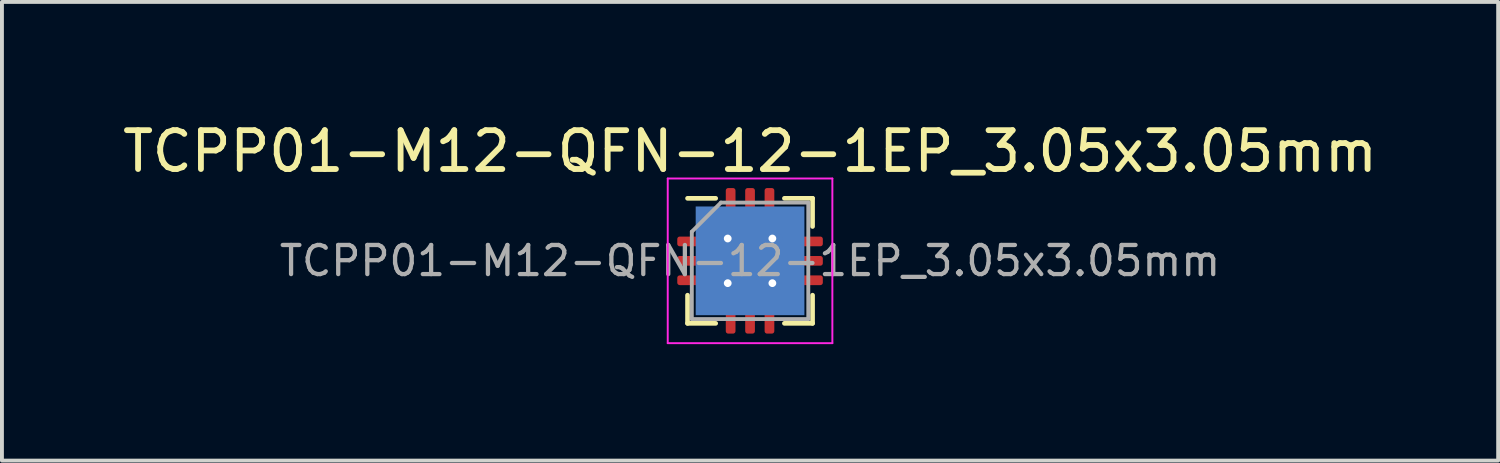
<source format=kicad_pcb>
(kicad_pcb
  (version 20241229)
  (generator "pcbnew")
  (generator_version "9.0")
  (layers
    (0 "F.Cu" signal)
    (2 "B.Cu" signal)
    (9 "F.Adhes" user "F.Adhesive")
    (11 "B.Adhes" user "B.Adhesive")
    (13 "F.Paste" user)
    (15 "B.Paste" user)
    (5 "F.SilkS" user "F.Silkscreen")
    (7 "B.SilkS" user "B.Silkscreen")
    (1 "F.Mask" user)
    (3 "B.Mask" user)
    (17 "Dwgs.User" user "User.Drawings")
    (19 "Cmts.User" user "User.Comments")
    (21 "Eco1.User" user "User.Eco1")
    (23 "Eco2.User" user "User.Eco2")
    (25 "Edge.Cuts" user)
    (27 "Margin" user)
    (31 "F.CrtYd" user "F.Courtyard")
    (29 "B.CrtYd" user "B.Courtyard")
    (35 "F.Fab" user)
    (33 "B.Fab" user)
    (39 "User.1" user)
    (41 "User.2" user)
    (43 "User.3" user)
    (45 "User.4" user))
  (footprint "TCPP01-M12-QFN-12-1EP_3.05x3.05mm"
    (layer "F.Cu")
    (at 16.268 3.668)
    (property "Reference" "TCPP01-M12-QFN-12-1EP_3.05x3.05mm" (at 0 -2.82 0) (layer "F.SilkS") (effects (font (size 1 1) (thickness 0.15))))
    (attr smd)
    (fp_line (start -1.61 1.61) (end -1.61 0.885) (stroke (width 0.12) (type solid)) (layer "F.SilkS"))
    (fp_line (start -0.885 -1.61) (end -1.61 -1.61) (stroke (width 0.12) (type solid)) (layer "F.SilkS"))
    (fp_line (start -0.885 1.61) (end -1.61 1.61) (stroke (width 0.12) (type solid)) (layer "F.SilkS"))
    (fp_line (start 0.885 -1.61) (end 1.61 -1.61) (stroke (width 0.12) (type solid)) (layer "F.SilkS"))
    (fp_line (start 0.885 1.61) (end 1.61 1.61) (stroke (width 0.12) (type solid)) (layer "F.SilkS"))
    (fp_line (start 1.61 -1.61) (end 1.61 -0.885) (stroke (width 0.12) (type solid)) (layer "F.SilkS"))
    (fp_line (start 1.61 1.61) (end 1.61 0.885) (stroke (width 0.12) (type solid)) (layer "F.SilkS"))
    (fp_line (start -2.12 -2.12) (end -2.12 2.12) (stroke (width 0.05) (type solid)) (layer "F.CrtYd"))
    (fp_line (start -2.12 2.12) (end 2.12 2.12) (stroke (width 0.05) (type solid)) (layer "F.CrtYd"))
    (fp_line (start 2.12 -2.12) (end -2.12 -2.12) (stroke (width 0.05) (type solid)) (layer "F.CrtYd"))
    (fp_line (start 2.12 2.12) (end 2.12 -2.12) (stroke (width 0.05) (type solid)) (layer "F.CrtYd"))
    (fp_line (start -1.5 -0.75) (end -0.75 -1.5) (stroke (width 0.1) (type solid)) (layer "F.Fab"))
    (fp_line (start -1.5 1.5) (end -1.5 -0.75) (stroke (width 0.1) (type solid)) (layer "F.Fab"))
    (fp_line (start -0.75 -1.5) (end 1.5 -1.5) (stroke (width 0.1) (type solid)) (layer "F.Fab"))
    (fp_line (start 1.5 -1.5) (end 1.5 1.5) (stroke (width 0.1) (type solid)) (layer "F.Fab"))
    (fp_line (start 1.5 1.5) (end -1.5 1.5) (stroke (width 0.1) (type solid)) (layer "F.Fab"))
    (fp_text user "${REFERENCE}" (at 0 0 0) (layer "F.Fab") (effects (font (size 0.75 0.75) (thickness 0.11))))
    (pad "" smd roundrect (at -0.41 -0.41) (size 0.71 0.71) (layers "F.Paste") (roundrect_rratio 0.25))
    (pad "" smd roundrect (at -0.41 0.41) (size 0.71 0.71) (layers "F.Paste") (roundrect_rratio 0.25))
    (pad "" smd roundrect (at 0.41 -0.41) (size 0.71 0.71) (layers "F.Paste") (roundrect_rratio 0.25))
    (pad "" smd roundrect (at 0.41 0.41) (size 0.71 0.71) (layers "F.Paste") (roundrect_rratio 0.25))
    (pad "1" smd roundrect (at -1.462 -0.5) (size 0.825 0.25) (layers "F.Cu" "F.Mask" "F.Paste") (roundrect_rratio 0.25))
    (pad "2" smd roundrect (at -1.462 0) (size 0.825 0.25) (layers "F.Cu" "F.Mask" "F.Paste") (roundrect_rratio 0.25))
    (pad "3" smd roundrect (at -1.462 0.5) (size 0.825 0.25) (layers "F.Cu" "F.Mask" "F.Paste") (roundrect_rratio 0.25))
    (pad "4" smd roundrect (at -0.5 1.462) (size 0.25 0.825) (layers "F.Cu" "F.Mask" "F.Paste") (roundrect_rratio 0.25))
    (pad "5" smd roundrect (at 0 1.462) (size 0.25 0.825) (layers "F.Cu" "F.Mask" "F.Paste") (roundrect_rratio 0.25))
    (pad "6" smd roundrect (at 0.5 1.462) (size 0.25 0.825) (layers "F.Cu" "F.Mask" "F.Paste") (roundrect_rratio 0.25))
    (pad "7" smd roundrect (at 1.462 0.5) (size 0.825 0.25) (layers "F.Cu" "F.Mask" "F.Paste") (roundrect_rratio 0.25))
    (pad "8" smd roundrect (at 1.462 0) (size 0.825 0.25) (layers "F.Cu" "F.Mask" "F.Paste") (roundrect_rratio 0.25))
    (pad "9" smd roundrect (at 1.462 -0.5) (size 0.825 0.25) (layers "F.Cu" "F.Mask" "F.Paste") (roundrect_rratio 0.25))
    (pad "10" smd roundrect (at 0.5 -1.462) (size 0.25 0.825) (layers "F.Cu" "F.Mask" "F.Paste") (roundrect_rratio 0.25))
    (pad "11" smd roundrect (at 0 -1.462) (size 0.25 0.825) (layers "F.Cu" "F.Mask" "F.Paste") (roundrect_rratio 0.25))
    (pad "12" smd roundrect (at -0.5 -1.462) (size 0.25 0.825) (layers "F.Cu" "F.Mask" "F.Paste") (roundrect_rratio 0.25))
    (pad "13" thru_hole circle (at -0.575 -0.575) (size 0.5 0.5) (drill 0.2) (layers "*.Cu"))
    (pad "13" thru_hole circle (at -0.575 0.575) (size 0.5 0.5) (drill 0.2) (layers "*.Cu"))
    (pad "13" smd rect (at 0 0) (size 1.65 1.65) (layers "F.Cu" "F.Mask"))
    (pad "13" smd rect (at 0 0) (size 2.8 2.8) (layers "B.Cu"))
    (pad "13" thru_hole circle (at 0.575 -0.575) (size 0.5 0.5) (drill 0.2) (layers "*.Cu"))
    (pad "13" thru_hole circle (at 0.575 0.575) (size 0.5 0.5) (drill 0.2) (layers "*.Cu")))
  (gr_rect
    (start -3 -3)
    (end 35.536 8.813)
    (stroke (width 0.1) (type default))
    (fill no)
    (layer "Edge.Cuts")))
</source>
